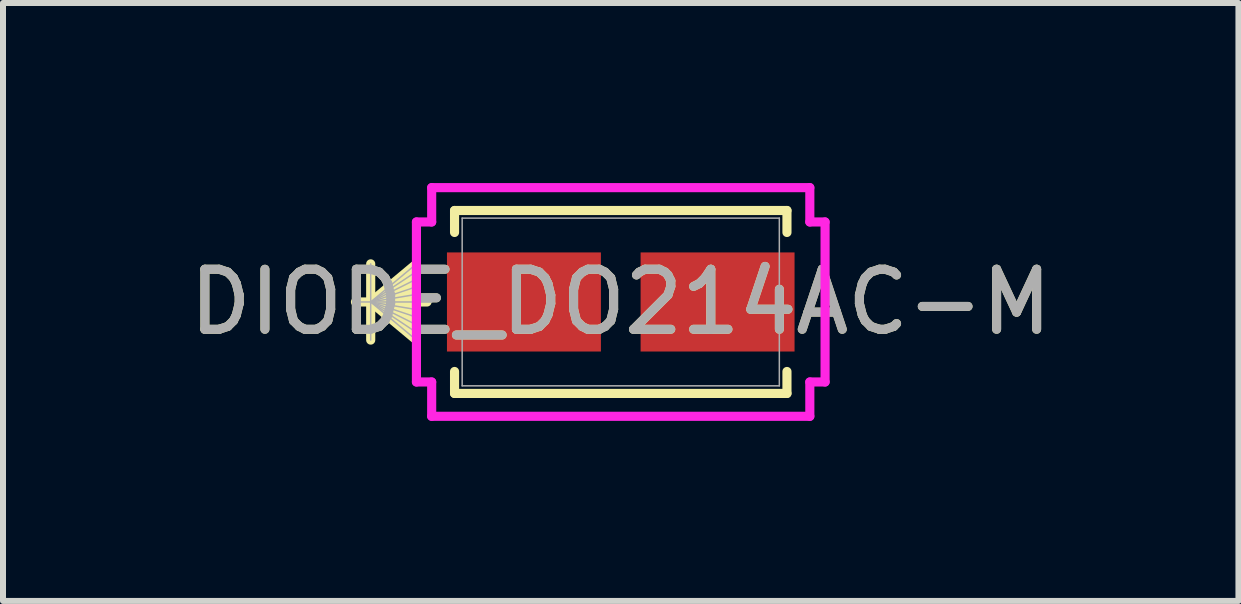
<source format=kicad_pcb>
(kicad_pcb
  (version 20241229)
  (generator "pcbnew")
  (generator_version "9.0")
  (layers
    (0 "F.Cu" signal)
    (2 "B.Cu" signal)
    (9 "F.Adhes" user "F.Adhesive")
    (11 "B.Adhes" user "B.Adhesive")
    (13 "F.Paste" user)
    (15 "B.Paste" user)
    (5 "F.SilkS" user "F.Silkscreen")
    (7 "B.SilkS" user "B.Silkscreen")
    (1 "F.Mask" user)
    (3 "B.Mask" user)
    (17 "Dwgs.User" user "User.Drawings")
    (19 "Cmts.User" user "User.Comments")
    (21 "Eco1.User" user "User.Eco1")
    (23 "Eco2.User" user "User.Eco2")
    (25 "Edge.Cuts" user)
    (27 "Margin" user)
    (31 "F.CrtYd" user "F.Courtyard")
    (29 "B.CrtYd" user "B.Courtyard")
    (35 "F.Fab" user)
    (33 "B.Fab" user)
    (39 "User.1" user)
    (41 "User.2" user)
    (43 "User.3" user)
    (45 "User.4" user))
  (footprint "DIODE_DO214AC-M"
    (layer "F.Cu")
    (at 7.292 1.981)
    (property "Reference" "DIODE_DO214AC-M" (at 0 0 0) (unlocked yes) (layer "F.SilkS") (effects (font (size 1 1) (thickness 0.15))))
    (attr smd)
    (fp_line (start -4.166 -0.635) (end -4.166 0.635) (stroke (width 0.152) (type solid)) (layer "F.SilkS"))
    (fp_line (start -4.166 0) (end -3.404 -0.635) (stroke (width 0.152) (type solid)) (layer "F.SilkS"))
    (fp_line (start -4.166 0) (end -3.404 -0.508) (stroke (width 0.152) (type solid)) (layer "F.SilkS"))
    (fp_line (start -4.166 0) (end -3.404 -0.381) (stroke (width 0.152) (type solid)) (layer "F.SilkS"))
    (fp_line (start -4.166 0) (end -3.404 -0.254) (stroke (width 0.152) (type solid)) (layer "F.SilkS"))
    (fp_line (start -4.166 0) (end -3.404 -0.127) (stroke (width 0.152) (type solid)) (layer "F.SilkS"))
    (fp_line (start -4.166 0) (end -3.404 0.127) (stroke (width 0.152) (type solid)) (layer "F.SilkS"))
    (fp_line (start -4.166 0) (end -3.404 0.254) (stroke (width 0.152) (type solid)) (layer "F.SilkS"))
    (fp_line (start -4.166 0) (end -3.404 0.381) (stroke (width 0.152) (type solid)) (layer "F.SilkS"))
    (fp_line (start -4.166 0) (end -3.404 0.508) (stroke (width 0.152) (type solid)) (layer "F.SilkS"))
    (fp_line (start -4.166 0) (end -3.404 0.635) (stroke (width 0.152) (type solid)) (layer "F.SilkS"))
    (fp_line (start -3.404 -0.635) (end -3.404 0.635) (stroke (width 0.152) (type solid)) (layer "F.SilkS"))
    (fp_line (start -3.228 0) (end -4.42 0) (stroke (width 0.152) (type solid)) (layer "F.SilkS"))
    (fp_line (start -2.769 -1.524) (end -2.769 -1.158) (stroke (width 0.152) (type solid)) (layer "F.SilkS"))
    (fp_line (start -2.769 1.158) (end -2.769 1.524) (stroke (width 0.152) (type solid)) (layer "F.SilkS"))
    (fp_line (start -2.769 1.524) (end 2.769 1.524) (stroke (width 0.152) (type solid)) (layer "F.SilkS"))
    (fp_line (start 2.769 -1.524) (end -2.769 -1.524) (stroke (width 0.152) (type solid)) (layer "F.SilkS"))
    (fp_line (start 2.769 -1.158) (end 2.769 -1.524) (stroke (width 0.152) (type solid)) (layer "F.SilkS"))
    (fp_line (start 2.769 1.524) (end 2.769 1.158) (stroke (width 0.152) (type solid)) (layer "F.SilkS"))
    (fp_line (start -3.404 -1.333) (end -3.15 -1.333) (stroke (width 0.152) (type solid)) (layer "F.CrtYd"))
    (fp_line (start -3.404 1.333) (end -3.404 -1.333) (stroke (width 0.152) (type solid)) (layer "F.CrtYd"))
    (fp_line (start -3.15 -1.905) (end 3.15 -1.905) (stroke (width 0.152) (type solid)) (layer "F.CrtYd"))
    (fp_line (start -3.15 -1.333) (end -3.15 -1.905) (stroke (width 0.152) (type solid)) (layer "F.CrtYd"))
    (fp_line (start -3.15 1.333) (end -3.404 1.333) (stroke (width 0.152) (type solid)) (layer "F.CrtYd"))
    (fp_line (start -3.15 1.905) (end -3.15 1.333) (stroke (width 0.152) (type solid)) (layer "F.CrtYd"))
    (fp_line (start 3.15 -1.905) (end 3.15 -1.333) (stroke (width 0.152) (type solid)) (layer "F.CrtYd"))
    (fp_line (start 3.15 -1.333) (end 3.404 -1.333) (stroke (width 0.152) (type solid)) (layer "F.CrtYd"))
    (fp_line (start 3.15 1.333) (end 3.15 1.905) (stroke (width 0.152) (type solid)) (layer "F.CrtYd"))
    (fp_line (start 3.15 1.905) (end -3.15 1.905) (stroke (width 0.152) (type solid)) (layer "F.CrtYd"))
    (fp_line (start 3.404 -1.333) (end 3.404 1.333) (stroke (width 0.152) (type solid)) (layer "F.CrtYd"))
    (fp_line (start 3.404 1.333) (end 3.15 1.333) (stroke (width 0.152) (type solid)) (layer "F.CrtYd"))
    (fp_line (start -4.166 -0.635) (end -4.166 0.635) (stroke (width 0.025) (type solid)) (layer "F.Fab"))
    (fp_line (start -4.166 0) (end -3.404 -0.635) (stroke (width 0.025) (type solid)) (layer "F.Fab"))
    (fp_line (start -4.166 0) (end -3.404 -0.508) (stroke (width 0.025) (type solid)) (layer "F.Fab"))
    (fp_line (start -4.166 0) (end -3.404 -0.381) (stroke (width 0.025) (type solid)) (layer "F.Fab"))
    (fp_line (start -4.166 0) (end -3.404 -0.254) (stroke (width 0.025) (type solid)) (layer "F.Fab"))
    (fp_line (start -4.166 0) (end -3.404 -0.127) (stroke (width 0.025) (type solid)) (layer "F.Fab"))
    (fp_line (start -4.166 0) (end -3.404 0.127) (stroke (width 0.025) (type solid)) (layer "F.Fab"))
    (fp_line (start -4.166 0) (end -3.404 0.254) (stroke (width 0.025) (type solid)) (layer "F.Fab"))
    (fp_line (start -4.166 0) (end -3.404 0.381) (stroke (width 0.025) (type solid)) (layer "F.Fab"))
    (fp_line (start -4.166 0) (end -3.404 0.508) (stroke (width 0.025) (type solid)) (layer "F.Fab"))
    (fp_line (start -4.166 0) (end -3.404 0.635) (stroke (width 0.025) (type solid)) (layer "F.Fab"))
    (fp_line (start -3.404 -0.635) (end -3.404 0.635) (stroke (width 0.025) (type solid)) (layer "F.Fab"))
    (fp_line (start -3.15 0) (end -4.42 0) (stroke (width 0.025) (type solid)) (layer "F.Fab"))
    (fp_line (start -2.642 -1.397) (end -2.642 1.397) (stroke (width 0.025) (type solid)) (layer "F.Fab"))
    (fp_line (start -2.642 1.397) (end 2.642 1.397) (stroke (width 0.025) (type solid)) (layer "F.Fab"))
    (fp_line (start 2.642 -1.397) (end -2.642 -1.397) (stroke (width 0.025) (type solid)) (layer "F.Fab"))
    (fp_line (start 2.642 1.397) (end 2.642 -1.397) (stroke (width 0.025) (type solid)) (layer "F.Fab"))
    (fp_text user "${REFERENCE}" (at 0 0 0) (unlocked yes) (layer "F.Fab") (effects (font (size 1 1) (thickness 0.15))))
    (pad "1" smd rect (at -1.613 0 90) (size 1.651 2.565) (layers "F.Cu" "F.Mask" "F.Paste"))
    (pad "2" smd rect (at 1.613 0 90) (size 1.651 2.565) (layers "F.Cu" "F.Mask" "F.Paste"))
    (zone (net_name "") (layer "F.Cu") (hatch full 0.508) (connect_pads) (min_thickness 0.254) (filled_areas_thickness no) (keepout (tracks not_allowed) (vias not_allowed) (pads allowed) (copperpour not_allowed) (footprints allowed)) (placement (enabled no)) (fill) (polygon (pts (xy 4.701 0.635) (xy 9.882 0.635) (xy 9.882 1.105) (xy 4.701 1.105))))
    (zone (net_name "") (layer "F.Cu") (hatch full 0.508) (connect_pads) (min_thickness 0.254) (filled_areas_thickness no) (keepout (tracks not_allowed) (vias not_allowed) (pads allowed) (copperpour not_allowed) (footprints allowed)) (placement (enabled no)) (fill) (polygon (pts (xy 4.701 2.857) (xy 9.882 2.857) (xy 9.882 3.327) (xy 4.701 3.327))))
    (zone (net_name "") (layer "F.Cu") (hatch full 0.508) (connect_pads) (min_thickness 0.254) (filled_areas_thickness no) (keepout (tracks not_allowed) (vias not_allowed) (pads allowed) (copperpour not_allowed) (footprints allowed)) (placement (enabled no)) (fill) (polygon (pts (xy 7.012 1.105) (xy 7.571 1.105) (xy 7.571 2.857) (xy 7.012 2.857)))))
  (gr_rect
    (start -3 -3)
    (end 17.583 6.962)
    (stroke (width 0.1) (type default))
    (fill no)
    (layer "Edge.Cuts")))
</source>
